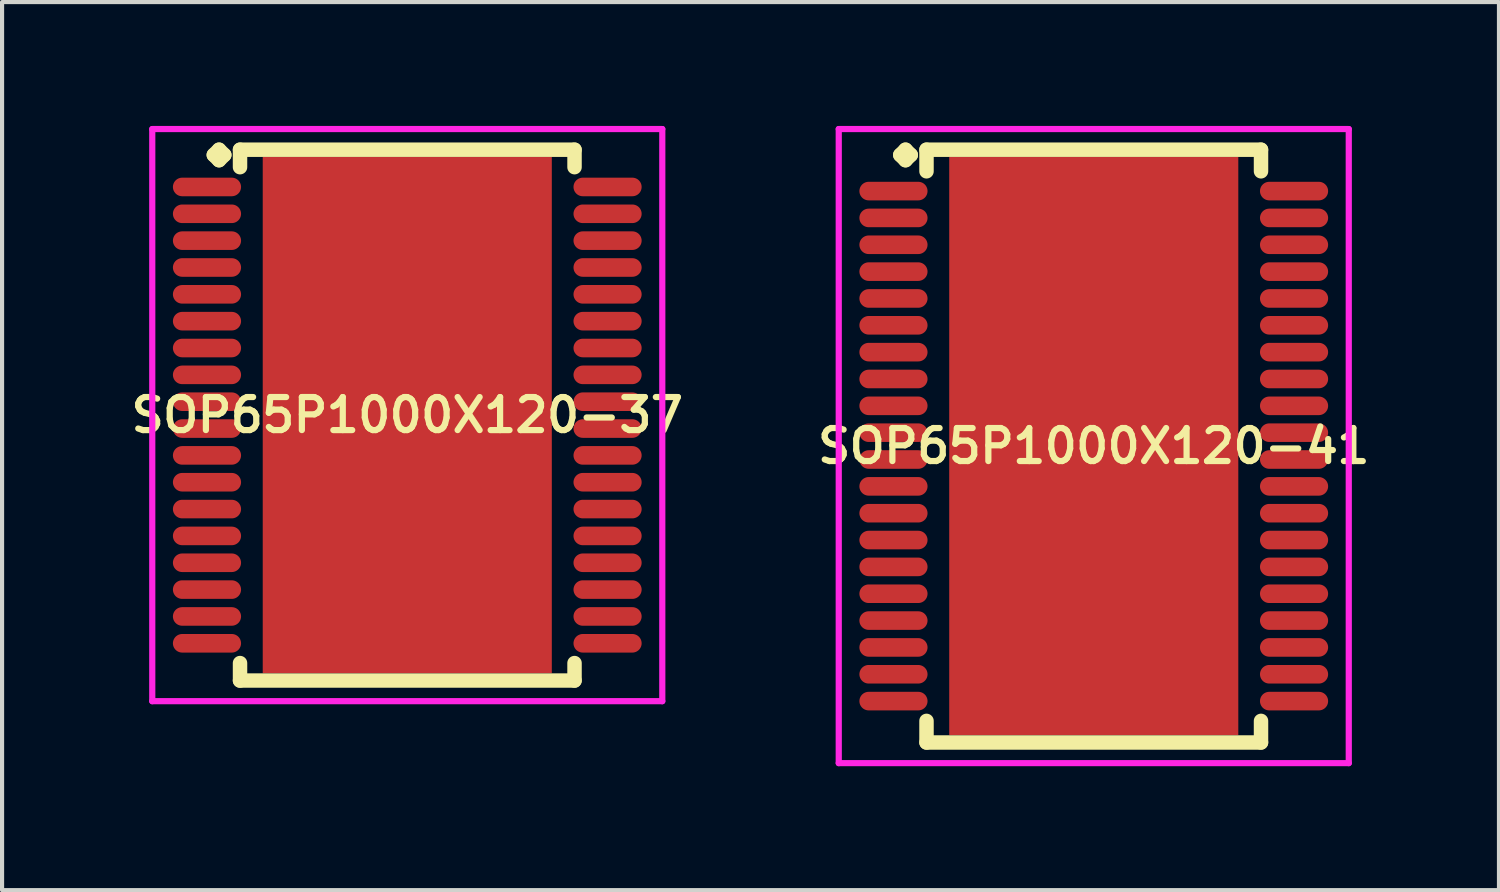
<source format=kicad_pcb>
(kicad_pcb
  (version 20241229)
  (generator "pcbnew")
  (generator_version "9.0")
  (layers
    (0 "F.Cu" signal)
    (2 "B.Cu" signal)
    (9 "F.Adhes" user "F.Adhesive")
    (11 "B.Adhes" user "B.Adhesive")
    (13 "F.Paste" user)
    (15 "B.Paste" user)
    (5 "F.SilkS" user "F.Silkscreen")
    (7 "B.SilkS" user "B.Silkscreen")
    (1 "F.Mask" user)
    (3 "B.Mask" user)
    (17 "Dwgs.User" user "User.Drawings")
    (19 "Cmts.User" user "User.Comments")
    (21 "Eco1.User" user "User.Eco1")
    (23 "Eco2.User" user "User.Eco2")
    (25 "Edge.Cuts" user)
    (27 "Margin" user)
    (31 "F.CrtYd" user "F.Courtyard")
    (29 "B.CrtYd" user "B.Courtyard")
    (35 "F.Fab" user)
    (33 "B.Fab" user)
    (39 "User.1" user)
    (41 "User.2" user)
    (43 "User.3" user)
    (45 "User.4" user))
  (footprint "SOP65P1000X120-41"
    (layer "F.Cu")
    (at 23.435 7.752)
    (property "Reference" "SOP65P1000X120-41" (at 0 0 0) (layer "F.SilkS") (effects (font (size 0.8 0.8) (thickness 0.15))))
    (attr smd)
    (fp_line (start -4.685 -7.05) (end -4.558 -7.177) (stroke (width 0.35) (type solid)) (layer "F.SilkS"))
    (fp_line (start -4.558 -7.177) (end -4.431 -7.05) (stroke (width 0.35) (type solid)) (layer "F.SilkS"))
    (fp_line (start -4.558 -6.923) (end -4.685 -7.05) (stroke (width 0.35) (type solid)) (layer "F.SilkS"))
    (fp_line (start -4.431 -7.05) (end -4.558 -6.923) (stroke (width 0.35) (type solid)) (layer "F.SilkS"))
    (fp_line (start -4.05 -7.177) (end 4.05 -7.177) (stroke (width 0.35) (type solid)) (layer "F.SilkS"))
    (fp_line (start -4.05 -6.654) (end -4.05 -7.177) (stroke (width 0.35) (type solid)) (layer "F.SilkS"))
    (fp_line (start -4.05 6.654) (end -4.05 7.177) (stroke (width 0.35) (type solid)) (layer "F.SilkS"))
    (fp_line (start -4.05 7.177) (end 4.05 7.177) (stroke (width 0.35) (type solid)) (layer "F.SilkS"))
    (fp_line (start 4.05 -7.177) (end 4.05 -6.654) (stroke (width 0.35) (type solid)) (layer "F.SilkS"))
    (fp_line (start 4.05 7.177) (end 4.05 6.654) (stroke (width 0.35) (type solid)) (layer "F.SilkS"))
    (fp_line (start -6.175 -7.677) (end 6.175 -7.677) (stroke (width 0.15) (type solid)) (layer "F.CrtYd"))
    (fp_line (start -6.175 7.677) (end -6.175 -7.677) (stroke (width 0.15) (type solid)) (layer "F.CrtYd"))
    (fp_line (start 6.175 -7.677) (end 6.175 7.677) (stroke (width 0.15) (type solid)) (layer "F.CrtYd"))
    (fp_line (start 6.175 7.677) (end -6.175 7.677) (stroke (width 0.15) (type solid)) (layer "F.CrtYd"))
    (pad "1" smd oval (at -4.85 -6.175) (size 1.65 0.45) (layers "F.Cu" "F.Mask" "F.Paste"))
    (pad "2" smd oval (at -4.85 -5.525) (size 1.65 0.45) (layers "F.Cu" "F.Mask" "F.Paste"))
    (pad "3" smd oval (at -4.85 -4.875) (size 1.65 0.45) (layers "F.Cu" "F.Mask" "F.Paste"))
    (pad "4" smd oval (at -4.85 -4.225) (size 1.65 0.45) (layers "F.Cu" "F.Mask" "F.Paste"))
    (pad "5" smd oval (at -4.85 -3.575) (size 1.65 0.45) (layers "F.Cu" "F.Mask" "F.Paste"))
    (pad "6" smd oval (at -4.85 -2.925) (size 1.65 0.45) (layers "F.Cu" "F.Mask" "F.Paste"))
    (pad "7" smd oval (at -4.85 -2.275) (size 1.65 0.45) (layers "F.Cu" "F.Mask" "F.Paste"))
    (pad "8" smd oval (at -4.85 -1.625) (size 1.65 0.45) (layers "F.Cu" "F.Mask" "F.Paste"))
    (pad "9" smd oval (at -4.85 -0.975) (size 1.65 0.45) (layers "F.Cu" "F.Mask" "F.Paste"))
    (pad "10" smd oval (at -4.85 -0.325) (size 1.65 0.45) (layers "F.Cu" "F.Mask" "F.Paste"))
    (pad "11" smd oval (at -4.85 0.325) (size 1.65 0.45) (layers "F.Cu" "F.Mask" "F.Paste"))
    (pad "12" smd oval (at -4.85 0.975) (size 1.65 0.45) (layers "F.Cu" "F.Mask" "F.Paste"))
    (pad "13" smd oval (at -4.85 1.625) (size 1.65 0.45) (layers "F.Cu" "F.Mask" "F.Paste"))
    (pad "14" smd oval (at -4.85 2.275) (size 1.65 0.45) (layers "F.Cu" "F.Mask" "F.Paste"))
    (pad "15" smd oval (at -4.85 2.925) (size 1.65 0.45) (layers "F.Cu" "F.Mask" "F.Paste"))
    (pad "16" smd oval (at -4.85 3.575) (size 1.65 0.45) (layers "F.Cu" "F.Mask" "F.Paste"))
    (pad "17" smd oval (at -4.85 4.225) (size 1.65 0.45) (layers "F.Cu" "F.Mask" "F.Paste"))
    (pad "18" smd oval (at -4.85 4.875) (size 1.65 0.45) (layers "F.Cu" "F.Mask" "F.Paste"))
    (pad "19" smd oval (at -4.85 5.525) (size 1.65 0.45) (layers "F.Cu" "F.Mask" "F.Paste"))
    (pad "20" smd oval (at -4.85 6.175) (size 1.65 0.45) (layers "F.Cu" "F.Mask" "F.Paste"))
    (pad "21" smd oval (at 4.85 6.175) (size 1.65 0.45) (layers "F.Cu" "F.Mask" "F.Paste"))
    (pad "22" smd oval (at 4.85 5.525) (size 1.65 0.45) (layers "F.Cu" "F.Mask" "F.Paste"))
    (pad "23" smd oval (at 4.85 4.875) (size 1.65 0.45) (layers "F.Cu" "F.Mask" "F.Paste"))
    (pad "24" smd oval (at 4.85 4.225) (size 1.65 0.45) (layers "F.Cu" "F.Mask" "F.Paste"))
    (pad "25" smd oval (at 4.85 3.575) (size 1.65 0.45) (layers "F.Cu" "F.Mask" "F.Paste"))
    (pad "26" smd oval (at 4.85 2.925) (size 1.65 0.45) (layers "F.Cu" "F.Mask" "F.Paste"))
    (pad "27" smd oval (at 4.85 2.275) (size 1.65 0.45) (layers "F.Cu" "F.Mask" "F.Paste"))
    (pad "28" smd oval (at 4.85 1.625) (size 1.65 0.45) (layers "F.Cu" "F.Mask" "F.Paste"))
    (pad "29" smd oval (at 4.85 0.975) (size 1.65 0.45) (layers "F.Cu" "F.Mask" "F.Paste"))
    (pad "30" smd oval (at 4.85 0.325) (size 1.65 0.45) (layers "F.Cu" "F.Mask" "F.Paste"))
    (pad "31" smd oval (at 4.85 -0.325) (size 1.65 0.45) (layers "F.Cu" "F.Mask" "F.Paste"))
    (pad "32" smd oval (at 4.85 -0.975) (size 1.65 0.45) (layers "F.Cu" "F.Mask" "F.Paste"))
    (pad "33" smd oval (at 4.85 -1.625) (size 1.65 0.45) (layers "F.Cu" "F.Mask" "F.Paste"))
    (pad "34" smd oval (at 4.85 -2.275) (size 1.65 0.45) (layers "F.Cu" "F.Mask" "F.Paste"))
    (pad "35" smd oval (at 4.85 -2.925) (size 1.65 0.45) (layers "F.Cu" "F.Mask" "F.Paste"))
    (pad "36" smd oval (at 4.85 -3.575) (size 1.65 0.45) (layers "F.Cu" "F.Mask" "F.Paste"))
    (pad "37" smd oval (at 4.85 -4.225) (size 1.65 0.45) (layers "F.Cu" "F.Mask" "F.Paste"))
    (pad "38" smd oval (at 4.85 -4.875) (size 1.65 0.45) (layers "F.Cu" "F.Mask" "F.Paste"))
    (pad "39" smd oval (at 4.85 -5.525) (size 1.65 0.45) (layers "F.Cu" "F.Mask" "F.Paste"))
    (pad "40" smd oval (at 4.85 -6.175) (size 1.65 0.45) (layers "F.Cu" "F.Mask" "F.Paste"))
    (pad "41" smd rect (at 0 0) (size 7 14) (layers "F.Cu" "F.Mask" "F.Paste")))
  (footprint "SOP65P1000X120-37"
    (layer "F.Cu")
    (at 6.812 7.002)
    (property "Reference" "SOP65P1000X120-37" (at 0 0 0) (layer "F.SilkS") (effects (font (size 0.8 0.8) (thickness 0.15))))
    (attr smd)
    (fp_line (start -4.685 -6.3) (end -4.558 -6.427) (stroke (width 0.35) (type solid)) (layer "F.SilkS"))
    (fp_line (start -4.558 -6.427) (end -4.431 -6.3) (stroke (width 0.35) (type solid)) (layer "F.SilkS"))
    (fp_line (start -4.558 -6.173) (end -4.685 -6.3) (stroke (width 0.35) (type solid)) (layer "F.SilkS"))
    (fp_line (start -4.431 -6.3) (end -4.558 -6.173) (stroke (width 0.35) (type solid)) (layer "F.SilkS"))
    (fp_line (start -4.05 -6.427) (end 4.05 -6.427) (stroke (width 0.35) (type solid)) (layer "F.SilkS"))
    (fp_line (start -4.05 -6.004) (end -4.05 -6.427) (stroke (width 0.35) (type solid)) (layer "F.SilkS"))
    (fp_line (start -4.05 6.004) (end -4.05 6.427) (stroke (width 0.35) (type solid)) (layer "F.SilkS"))
    (fp_line (start -4.05 6.427) (end 4.05 6.427) (stroke (width 0.35) (type solid)) (layer "F.SilkS"))
    (fp_line (start 4.05 -6.427) (end 4.05 -6.004) (stroke (width 0.35) (type solid)) (layer "F.SilkS"))
    (fp_line (start 4.05 6.427) (end 4.05 6.004) (stroke (width 0.35) (type solid)) (layer "F.SilkS"))
    (fp_line (start -6.175 -6.927) (end 6.175 -6.927) (stroke (width 0.15) (type solid)) (layer "F.CrtYd"))
    (fp_line (start -6.175 6.927) (end -6.175 -6.927) (stroke (width 0.15) (type solid)) (layer "F.CrtYd"))
    (fp_line (start 6.175 -6.927) (end 6.175 6.927) (stroke (width 0.15) (type solid)) (layer "F.CrtYd"))
    (fp_line (start 6.175 6.927) (end -6.175 6.927) (stroke (width 0.15) (type solid)) (layer "F.CrtYd"))
    (pad "1" smd oval (at -4.85 -5.525) (size 1.65 0.45) (layers "F.Cu" "F.Mask" "F.Paste"))
    (pad "2" smd oval (at -4.85 -4.875) (size 1.65 0.45) (layers "F.Cu" "F.Mask" "F.Paste"))
    (pad "3" smd oval (at -4.85 -4.225) (size 1.65 0.45) (layers "F.Cu" "F.Mask" "F.Paste"))
    (pad "4" smd oval (at -4.85 -3.575) (size 1.65 0.45) (layers "F.Cu" "F.Mask" "F.Paste"))
    (pad "5" smd oval (at -4.85 -2.925) (size 1.65 0.45) (layers "F.Cu" "F.Mask" "F.Paste"))
    (pad "6" smd oval (at -4.85 -2.275) (size 1.65 0.45) (layers "F.Cu" "F.Mask" "F.Paste"))
    (pad "7" smd oval (at -4.85 -1.625) (size 1.65 0.45) (layers "F.Cu" "F.Mask" "F.Paste"))
    (pad "8" smd oval (at -4.85 -0.975) (size 1.65 0.45) (layers "F.Cu" "F.Mask" "F.Paste"))
    (pad "9" smd oval (at -4.85 -0.325) (size 1.65 0.45) (layers "F.Cu" "F.Mask" "F.Paste"))
    (pad "10" smd oval (at -4.85 0.325) (size 1.65 0.45) (layers "F.Cu" "F.Mask" "F.Paste"))
    (pad "11" smd oval (at -4.85 0.975) (size 1.65 0.45) (layers "F.Cu" "F.Mask" "F.Paste"))
    (pad "12" smd oval (at -4.85 1.625) (size 1.65 0.45) (layers "F.Cu" "F.Mask" "F.Paste"))
    (pad "13" smd oval (at -4.85 2.275) (size 1.65 0.45) (layers "F.Cu" "F.Mask" "F.Paste"))
    (pad "14" smd oval (at -4.85 2.925) (size 1.65 0.45) (layers "F.Cu" "F.Mask" "F.Paste"))
    (pad "15" smd oval (at -4.85 3.575) (size 1.65 0.45) (layers "F.Cu" "F.Mask" "F.Paste"))
    (pad "16" smd oval (at -4.85 4.225) (size 1.65 0.45) (layers "F.Cu" "F.Mask" "F.Paste"))
    (pad "17" smd oval (at -4.85 4.875) (size 1.65 0.45) (layers "F.Cu" "F.Mask" "F.Paste"))
    (pad "18" smd oval (at -4.85 5.525) (size 1.65 0.45) (layers "F.Cu" "F.Mask" "F.Paste"))
    (pad "19" smd oval (at 4.85 5.525) (size 1.65 0.45) (layers "F.Cu" "F.Mask" "F.Paste"))
    (pad "20" smd oval (at 4.85 4.875) (size 1.65 0.45) (layers "F.Cu" "F.Mask" "F.Paste"))
    (pad "21" smd oval (at 4.85 4.225) (size 1.65 0.45) (layers "F.Cu" "F.Mask" "F.Paste"))
    (pad "22" smd oval (at 4.85 3.575) (size 1.65 0.45) (layers "F.Cu" "F.Mask" "F.Paste"))
    (pad "23" smd oval (at 4.85 2.925) (size 1.65 0.45) (layers "F.Cu" "F.Mask" "F.Paste"))
    (pad "24" smd oval (at 4.85 2.275) (size 1.65 0.45) (layers "F.Cu" "F.Mask" "F.Paste"))
    (pad "25" smd oval (at 4.85 1.625) (size 1.65 0.45) (layers "F.Cu" "F.Mask" "F.Paste"))
    (pad "26" smd oval (at 4.85 0.975) (size 1.65 0.45) (layers "F.Cu" "F.Mask" "F.Paste"))
    (pad "27" smd oval (at 4.85 0.325) (size 1.65 0.45) (layers "F.Cu" "F.Mask" "F.Paste"))
    (pad "28" smd oval (at 4.85 -0.325) (size 1.65 0.45) (layers "F.Cu" "F.Mask" "F.Paste"))
    (pad "29" smd oval (at 4.85 -0.975) (size 1.65 0.45) (layers "F.Cu" "F.Mask" "F.Paste"))
    (pad "30" smd oval (at 4.85 -1.625) (size 1.65 0.45) (layers "F.Cu" "F.Mask" "F.Paste"))
    (pad "31" smd oval (at 4.85 -2.275) (size 1.65 0.45) (layers "F.Cu" "F.Mask" "F.Paste"))
    (pad "32" smd oval (at 4.85 -2.925) (size 1.65 0.45) (layers "F.Cu" "F.Mask" "F.Paste"))
    (pad "33" smd oval (at 4.85 -3.575) (size 1.65 0.45) (layers "F.Cu" "F.Mask" "F.Paste"))
    (pad "34" smd oval (at 4.85 -4.225) (size 1.65 0.45) (layers "F.Cu" "F.Mask" "F.Paste"))
    (pad "35" smd oval (at 4.85 -4.875) (size 1.65 0.45) (layers "F.Cu" "F.Mask" "F.Paste"))
    (pad "36" smd oval (at 4.85 -5.525) (size 1.65 0.45) (layers "F.Cu" "F.Mask" "F.Paste"))
    (pad "37" smd rect (at 0 0) (size 7 12.5) (layers "F.Cu" "F.Mask" "F.Paste")))
  (gr_rect
    (start -3 -3)
    (end 33.247 18.504)
    (stroke (width 0.1) (type default))
    (fill no)
    (layer "Edge.Cuts")))
</source>
